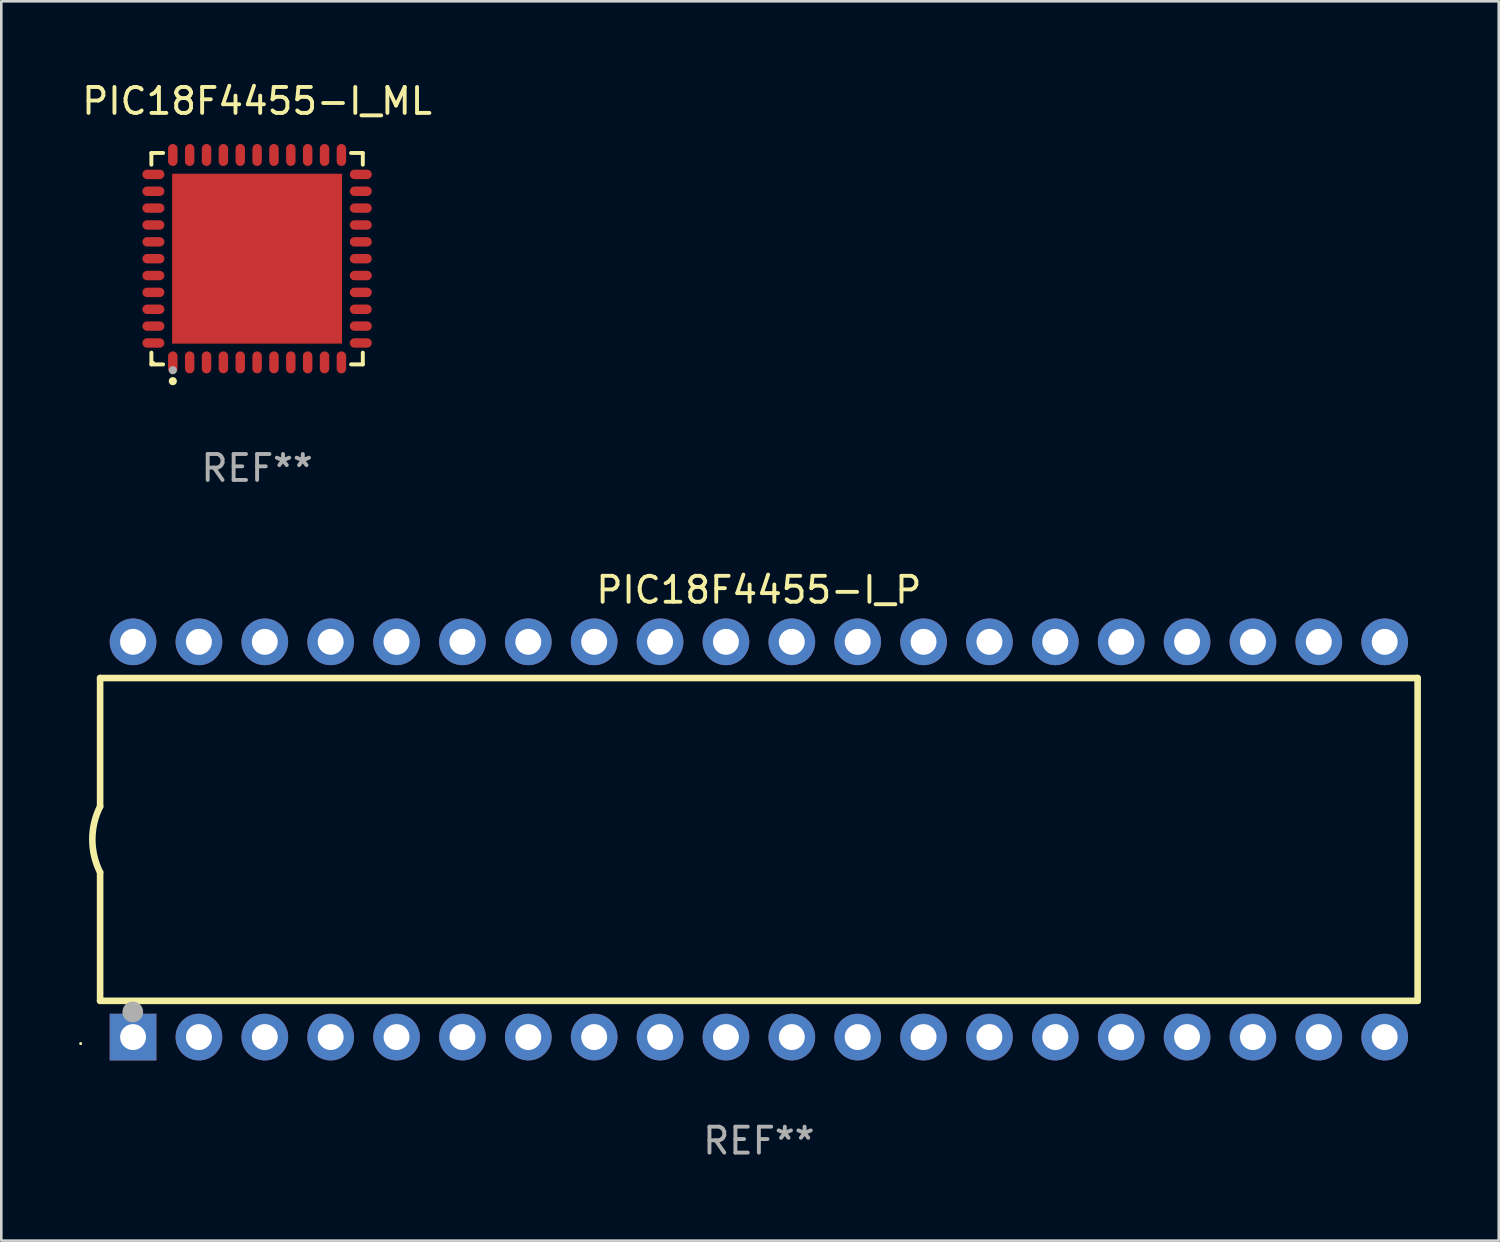
<source format=kicad_pcb>
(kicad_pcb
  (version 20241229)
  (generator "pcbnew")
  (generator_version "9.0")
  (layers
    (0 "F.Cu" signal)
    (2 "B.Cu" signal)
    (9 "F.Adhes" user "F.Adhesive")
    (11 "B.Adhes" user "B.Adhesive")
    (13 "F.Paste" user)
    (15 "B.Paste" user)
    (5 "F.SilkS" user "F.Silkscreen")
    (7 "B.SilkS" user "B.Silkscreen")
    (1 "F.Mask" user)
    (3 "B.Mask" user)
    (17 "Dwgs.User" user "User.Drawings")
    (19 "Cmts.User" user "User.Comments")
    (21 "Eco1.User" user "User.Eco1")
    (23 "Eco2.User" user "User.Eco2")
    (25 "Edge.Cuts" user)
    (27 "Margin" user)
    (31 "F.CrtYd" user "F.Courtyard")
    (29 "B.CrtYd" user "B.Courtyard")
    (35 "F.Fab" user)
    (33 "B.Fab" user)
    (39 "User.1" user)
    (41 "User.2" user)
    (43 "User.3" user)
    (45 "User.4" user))
  (footprint "PIC18F4455-I_ML"
    (layer "F.Cu")
    (at 6.863 6.924)
    (property "Reference" "PIC18F4455-I_ML" (at 0 -6.076 0) (layer "F.SilkS") (effects (font (size 1 1) (thickness 0.15))))
    (attr through_hole)
    (fp_line (start -4.076 -4.076) (end -3.623 -4.076) (stroke (width 0.152) (type solid)) (layer "F.SilkS"))
    (fp_line (start -4.076 -3.623) (end -4.076 -4.076) (stroke (width 0.152) (type solid)) (layer "F.SilkS"))
    (fp_line (start -4.076 3.623) (end -4.076 4.076) (stroke (width 0.152) (type solid)) (layer "F.SilkS"))
    (fp_line (start -4.076 4.076) (end -3.623 4.076) (stroke (width 0.152) (type solid)) (layer "F.SilkS"))
    (fp_line (start 4.076 -4.076) (end 3.623 -4.076) (stroke (width 0.152) (type solid)) (layer "F.SilkS"))
    (fp_line (start 4.076 -3.623) (end 4.076 -4.076) (stroke (width 0.152) (type solid)) (layer "F.SilkS"))
    (fp_line (start 4.076 3.623) (end 4.076 4.076) (stroke (width 0.152) (type solid)) (layer "F.SilkS"))
    (fp_line (start 4.076 4.076) (end 3.623 4.076) (stroke (width 0.152) (type solid)) (layer "F.SilkS"))
    (fp_circle (center -4 4) (end -3.97 4) (stroke (width 0.06) (type solid)) (fill no) (layer "F.SilkS"))
    (fp_circle (center -3.25 4.722) (end -3.171 4.722) (stroke (width 0.158) (type solid)) (fill no) (layer "F.SilkS"))
    (fp_circle (center -3.25 4.3) (end -3.171 4.3) (stroke (width 0.158) (type solid)) (fill no) (layer "F.Fab"))
    (fp_text user "REF**" (at 0 8.076 0) (layer "F.Fab") (effects (font (size 1 1) (thickness 0.15))))
    (pad "1" smd oval (at -3.25 3.998) (size 0.364 0.847) (layers "F.Cu" "F.Mask" "F.Paste"))
    (pad "2" smd oval (at -2.6 3.998) (size 0.364 0.847) (layers "F.Cu" "F.Mask" "F.Paste"))
    (pad "3" smd oval (at -1.95 3.998) (size 0.364 0.847) (layers "F.Cu" "F.Mask" "F.Paste"))
    (pad "4" smd oval (at -1.3 3.998) (size 0.364 0.847) (layers "F.Cu" "F.Mask" "F.Paste"))
    (pad "5" smd oval (at -0.65 3.998) (size 0.364 0.847) (layers "F.Cu" "F.Mask" "F.Paste"))
    (pad "6" smd oval (at 0 3.998) (size 0.364 0.847) (layers "F.Cu" "F.Mask" "F.Paste"))
    (pad "7" smd oval (at 0.65 3.998) (size 0.364 0.847) (layers "F.Cu" "F.Mask" "F.Paste"))
    (pad "8" smd oval (at 1.3 3.998) (size 0.364 0.847) (layers "F.Cu" "F.Mask" "F.Paste"))
    (pad "9" smd oval (at 1.95 3.998) (size 0.364 0.847) (layers "F.Cu" "F.Mask" "F.Paste"))
    (pad "10" smd oval (at 2.6 3.998) (size 0.364 0.847) (layers "F.Cu" "F.Mask" "F.Paste"))
    (pad "11" smd oval (at 3.25 3.998) (size 0.364 0.847) (layers "F.Cu" "F.Mask" "F.Paste"))
    (pad "12" smd oval (at 3.998 3.25) (size 0.847 0.364) (layers "F.Cu" "F.Mask" "F.Paste"))
    (pad "13" smd oval (at 3.998 2.6) (size 0.847 0.364) (layers "F.Cu" "F.Mask" "F.Paste"))
    (pad "14" smd oval (at 3.998 1.95) (size 0.847 0.364) (layers "F.Cu" "F.Mask" "F.Paste"))
    (pad "15" smd oval (at 3.998 1.3) (size 0.847 0.364) (layers "F.Cu" "F.Mask" "F.Paste"))
    (pad "16" smd oval (at 3.998 0.65) (size 0.847 0.364) (layers "F.Cu" "F.Mask" "F.Paste"))
    (pad "17" smd oval (at 3.998 0) (size 0.847 0.364) (layers "F.Cu" "F.Mask" "F.Paste"))
    (pad "18" smd oval (at 3.998 -0.65) (size 0.847 0.364) (layers "F.Cu" "F.Mask" "F.Paste"))
    (pad "19" smd oval (at 3.998 -1.3) (size 0.847 0.364) (layers "F.Cu" "F.Mask" "F.Paste"))
    (pad "20" smd oval (at 3.998 -1.95) (size 0.847 0.364) (layers "F.Cu" "F.Mask" "F.Paste"))
    (pad "21" smd oval (at 3.998 -2.6) (size 0.847 0.364) (layers "F.Cu" "F.Mask" "F.Paste"))
    (pad "22" smd oval (at 3.998 -3.25) (size 0.847 0.364) (layers "F.Cu" "F.Mask" "F.Paste"))
    (pad "23" smd oval (at 3.25 -3.998) (size 0.364 0.847) (layers "F.Cu" "F.Mask" "F.Paste"))
    (pad "24" smd oval (at 2.6 -3.998) (size 0.364 0.847) (layers "F.Cu" "F.Mask" "F.Paste"))
    (pad "25" smd oval (at 1.95 -3.998) (size 0.364 0.847) (layers "F.Cu" "F.Mask" "F.Paste"))
    (pad "26" smd oval (at 1.3 -3.998) (size 0.364 0.847) (layers "F.Cu" "F.Mask" "F.Paste"))
    (pad "27" smd oval (at 0.65 -3.998) (size 0.364 0.847) (layers "F.Cu" "F.Mask" "F.Paste"))
    (pad "28" smd oval (at 0 -3.998) (size 0.364 0.847) (layers "F.Cu" "F.Mask" "F.Paste"))
    (pad "29" smd oval (at -0.65 -3.998) (size 0.364 0.847) (layers "F.Cu" "F.Mask" "F.Paste"))
    (pad "30" smd oval (at -1.3 -3.998) (size 0.364 0.847) (layers "F.Cu" "F.Mask" "F.Paste"))
    (pad "31" smd oval (at -1.95 -3.998) (size 0.364 0.847) (layers "F.Cu" "F.Mask" "F.Paste"))
    (pad "32" smd oval (at -2.6 -3.998) (size 0.364 0.847) (layers "F.Cu" "F.Mask" "F.Paste"))
    (pad "33" smd oval (at -3.25 -3.998) (size 0.364 0.847) (layers "F.Cu" "F.Mask" "F.Paste"))
    (pad "34" smd oval (at -3.998 -3.25) (size 0.847 0.364) (layers "F.Cu" "F.Mask" "F.Paste"))
    (pad "35" smd oval (at -3.998 -2.6) (size 0.847 0.364) (layers "F.Cu" "F.Mask" "F.Paste"))
    (pad "36" smd oval (at -3.998 -1.95) (size 0.847 0.364) (layers "F.Cu" "F.Mask" "F.Paste"))
    (pad "37" smd oval (at -3.998 -1.3) (size 0.847 0.364) (layers "F.Cu" "F.Mask" "F.Paste"))
    (pad "38" smd oval (at -3.998 -0.65) (size 0.847 0.364) (layers "F.Cu" "F.Mask" "F.Paste"))
    (pad "39" smd oval (at -3.998 0) (size 0.847 0.364) (layers "F.Cu" "F.Mask" "F.Paste"))
    (pad "40" smd oval (at -3.998 0.65) (size 0.847 0.364) (layers "F.Cu" "F.Mask" "F.Paste"))
    (pad "41" smd oval (at -3.998 1.3) (size 0.847 0.364) (layers "F.Cu" "F.Mask" "F.Paste"))
    (pad "42" smd oval (at -3.998 1.95) (size 0.847 0.364) (layers "F.Cu" "F.Mask" "F.Paste"))
    (pad "43" smd oval (at -3.998 2.6) (size 0.847 0.364) (layers "F.Cu" "F.Mask" "F.Paste"))
    (pad "44" smd oval (at -3.998 3.25) (size 0.847 0.364) (layers "F.Cu" "F.Mask" "F.Paste"))
    (pad "45" smd rect (at 0 0) (size 6.55 6.55) (layers "F.Cu" "F.Mask" "F.Paste")))
  (footprint "PIC18F4455-I_P"
    (layer "F.Cu")
    (at 26.21 29.317)
    (property "Reference" "PIC18F4455-I_P" (at 0 -9.62 0) (layer "F.SilkS") (effects (font (size 1 1) (thickness 0.15))))
    (attr through_hole)
    (fp_line (start -25.4 -6.224) (end -25.4 -1.271) (stroke (width 0.254) (type solid)) (layer "F.SilkS"))
    (fp_line (start -25.4 -6.224) (end 25.4 -6.224) (stroke (width 0.254) (type solid)) (layer "F.SilkS"))
    (fp_line (start -25.4 1.269) (end -25.4 6.222) (stroke (width 0.254) (type solid)) (layer "F.SilkS"))
    (fp_line (start -25.4 6.222) (end 25.4 6.222) (stroke (width 0.254) (type solid)) (layer "F.SilkS"))
    (fp_line (start 25.4 6.222) (end 25.4 -6.224) (stroke (width 0.254) (type solid)) (layer "F.SilkS"))
    (fp_arc (start -25.4 1.269241) (mid -25.699807 -0.000762) (end -25.4 -1.270765) (stroke (width 0.254001) (type solid)) (layer "F.SilkS"))
    (fp_circle (center -26.15 7.87) (end -26.12 7.87) (stroke (width 0.06) (type solid)) (fill no) (layer "F.SilkS"))
    (fp_circle (center -24.14 6.65) (end -23.94 6.65) (stroke (width 0.4) (type solid)) (fill no) (layer "F.Fab"))
    (fp_text user "REF**" (at 0 11.62 0) (layer "F.Fab") (effects (font (size 1 1) (thickness 0.15))))
    (pad "1" thru_hole rect (at -24.13 7.62 90) (size 1.8 1.8) (drill 1) (layers "*.Cu" "*.Mask"))
    (pad "2" thru_hole circle (at -21.59 7.62) (size 1.8 1.8) (drill 1) (layers "*.Cu" "*.Mask"))
    (pad "3" thru_hole circle (at -19.05 7.62) (size 1.8 1.8) (drill 1) (layers "*.Cu" "*.Mask"))
    (pad "4" thru_hole circle (at -16.51 7.62) (size 1.8 1.8) (drill 1) (layers "*.Cu" "*.Mask"))
    (pad "5" thru_hole circle (at -13.97 7.62) (size 1.8 1.8) (drill 1) (layers "*.Cu" "*.Mask"))
    (pad "6" thru_hole circle (at -11.43 7.62) (size 1.8 1.8) (drill 1) (layers "*.Cu" "*.Mask"))
    (pad "7" thru_hole circle (at -8.89 7.62) (size 1.8 1.8) (drill 1) (layers "*.Cu" "*.Mask"))
    (pad "8" thru_hole circle (at -6.35 7.62) (size 1.8 1.8) (drill 1) (layers "*.Cu" "*.Mask"))
    (pad "9" thru_hole circle (at -3.81 7.62) (size 1.8 1.8) (drill 1) (layers "*.Cu" "*.Mask"))
    (pad "10" thru_hole circle (at -1.27 7.62) (size 1.8 1.8) (drill 1) (layers "*.Cu" "*.Mask"))
    (pad "11" thru_hole circle (at 1.27 7.62) (size 1.8 1.8) (drill 1) (layers "*.Cu" "*.Mask"))
    (pad "12" thru_hole circle (at 3.81 7.62) (size 1.8 1.8) (drill 1) (layers "*.Cu" "*.Mask"))
    (pad "13" thru_hole circle (at 6.35 7.62) (size 1.8 1.8) (drill 1) (layers "*.Cu" "*.Mask"))
    (pad "14" thru_hole circle (at 8.89 7.62) (size 1.8 1.8) (drill 1) (layers "*.Cu" "*.Mask"))
    (pad "15" thru_hole circle (at 11.43 7.62) (size 1.8 1.8) (drill 1) (layers "*.Cu" "*.Mask"))
    (pad "16" thru_hole circle (at 13.97 7.62) (size 1.8 1.8) (drill 1) (layers "*.Cu" "*.Mask"))
    (pad "17" thru_hole circle (at 16.51 7.62) (size 1.8 1.8) (drill 1) (layers "*.Cu" "*.Mask"))
    (pad "18" thru_hole circle (at 19.05 7.62) (size 1.8 1.8) (drill 1) (layers "*.Cu" "*.Mask"))
    (pad "19" thru_hole circle (at 21.59 7.62) (size 1.8 1.8) (drill 1) (layers "*.Cu" "*.Mask"))
    (pad "20" thru_hole circle (at 24.13 7.62) (size 1.8 1.8) (drill 1) (layers "*.Cu" "*.Mask"))
    (pad "21" thru_hole circle (at 24.13 -7.62) (size 1.8 1.8) (drill 1) (layers "*.Cu" "*.Mask"))
    (pad "22" thru_hole circle (at 21.59 -7.62) (size 1.8 1.8) (drill 1) (layers "*.Cu" "*.Mask"))
    (pad "23" thru_hole circle (at 19.05 -7.62) (size 1.8 1.8) (drill 1) (layers "*.Cu" "*.Mask"))
    (pad "24" thru_hole circle (at 16.51 -7.62) (size 1.8 1.8) (drill 1) (layers "*.Cu" "*.Mask"))
    (pad "25" thru_hole circle (at 13.97 -7.62) (size 1.8 1.8) (drill 1) (layers "*.Cu" "*.Mask"))
    (pad "26" thru_hole circle (at 11.43 -7.62) (size 1.8 1.8) (drill 1) (layers "*.Cu" "*.Mask"))
    (pad "27" thru_hole circle (at 8.89 -7.62) (size 1.8 1.8) (drill 1) (layers "*.Cu" "*.Mask"))
    (pad "28" thru_hole circle (at 6.35 -7.62) (size 1.8 1.8) (drill 1) (layers "*.Cu" "*.Mask"))
    (pad "29" thru_hole circle (at 3.81 -7.62) (size 1.8 1.8) (drill 1) (layers "*.Cu" "*.Mask"))
    (pad "30" thru_hole circle (at 1.27 -7.62) (size 1.8 1.8) (drill 1) (layers "*.Cu" "*.Mask"))
    (pad "31" thru_hole circle (at -1.27 -7.62) (size 1.8 1.8) (drill 1) (layers "*.Cu" "*.Mask"))
    (pad "32" thru_hole circle (at -3.81 -7.62) (size 1.8 1.8) (drill 1) (layers "*.Cu" "*.Mask"))
    (pad "33" thru_hole circle (at -6.35 -7.62) (size 1.8 1.8) (drill 1) (layers "*.Cu" "*.Mask"))
    (pad "34" thru_hole circle (at -8.89 -7.62) (size 1.8 1.8) (drill 1) (layers "*.Cu" "*.Mask"))
    (pad "35" thru_hole circle (at -11.43 -7.62) (size 1.8 1.8) (drill 1) (layers "*.Cu" "*.Mask"))
    (pad "36" thru_hole circle (at -13.97 -7.62) (size 1.8 1.8) (drill 1) (layers "*.Cu" "*.Mask"))
    (pad "37" thru_hole circle (at -16.51 -7.62) (size 1.8 1.8) (drill 1) (layers "*.Cu" "*.Mask"))
    (pad "38" thru_hole circle (at -19.05 -7.62) (size 1.8 1.8) (drill 1) (layers "*.Cu" "*.Mask"))
    (pad "39" thru_hole circle (at -21.59 -7.62) (size 1.8 1.8) (drill 1) (layers "*.Cu" "*.Mask"))
    (pad "40" thru_hole circle (at -24.13 -7.62) (size 1.8 1.8) (drill 1) (layers "*.Cu" "*.Mask")))
  (gr_rect
    (start -3 -3)
    (end 54.737 44.785)
    (stroke (width 0.1) (type default))
    (fill no)
    (layer "Edge.Cuts")))
</source>
